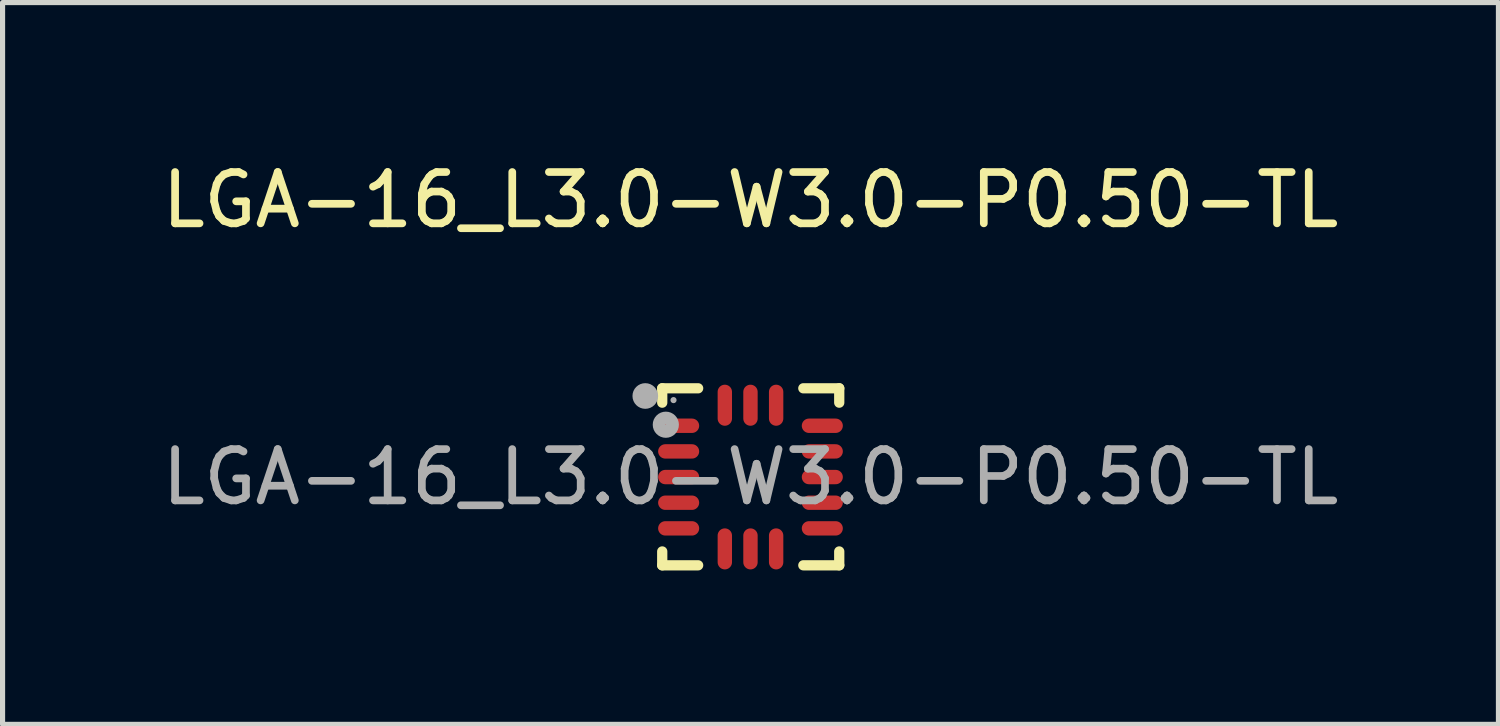
<source format=kicad_pcb>
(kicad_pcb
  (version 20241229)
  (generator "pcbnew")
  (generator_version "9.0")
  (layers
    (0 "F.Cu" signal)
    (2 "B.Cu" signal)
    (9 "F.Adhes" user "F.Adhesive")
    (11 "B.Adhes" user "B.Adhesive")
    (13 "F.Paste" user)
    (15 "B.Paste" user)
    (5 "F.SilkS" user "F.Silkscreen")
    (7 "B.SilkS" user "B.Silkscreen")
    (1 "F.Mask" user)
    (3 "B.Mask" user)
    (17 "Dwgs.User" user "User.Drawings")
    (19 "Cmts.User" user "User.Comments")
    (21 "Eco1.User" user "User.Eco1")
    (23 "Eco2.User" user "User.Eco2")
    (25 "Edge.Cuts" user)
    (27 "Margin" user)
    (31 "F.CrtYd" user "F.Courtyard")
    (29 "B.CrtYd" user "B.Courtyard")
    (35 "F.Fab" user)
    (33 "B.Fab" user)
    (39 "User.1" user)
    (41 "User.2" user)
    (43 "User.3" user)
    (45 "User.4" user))
  (footprint "LGA-16_L3.0-W3.0-P0.50-TL"
    (layer "F.Cu")
    (at 11.577 6.248)
    (property "Reference" "LGA-16_L3.0-W3.0-P0.50-TL" (at 0 -5.4 0) (layer "F.SilkS") (effects (font (size 1 1) (thickness 0.15))))
    (attr smd)
    (fp_line (start -1.72 -1.73) (end -1.02 -1.73) (stroke (width 0.2) (type solid)) (layer "F.SilkS"))
    (fp_line (start -1.72 -1.45) (end -1.72 -1.73) (stroke (width 0.2) (type solid)) (layer "F.SilkS"))
    (fp_line (start -1.72 1.45) (end -1.72 1.72) (stroke (width 0.2) (type solid)) (layer "F.SilkS"))
    (fp_line (start -1.72 1.72) (end -1.02 1.72) (stroke (width 0.2) (type solid)) (layer "F.SilkS"))
    (fp_line (start 1.03 -1.73) (end 1.73 -1.73) (stroke (width 0.2) (type solid)) (layer "F.SilkS"))
    (fp_line (start 1.03 1.72) (end 1.73 1.72) (stroke (width 0.2) (type solid)) (layer "F.SilkS"))
    (fp_line (start 1.73 -1.73) (end 1.73 -1.45) (stroke (width 0.2) (type solid)) (layer "F.SilkS"))
    (fp_line (start 1.73 1.72) (end 1.73 1.45) (stroke (width 0.2) (type solid)) (layer "F.SilkS"))
    (fp_arc (start -2.05 -1.58) (mid -2.05 -1.58) (end -2.05 -1.58) (stroke (width 0.25) (type solid)) (layer "F.Fab"))
    (fp_circle (center -1.65 -1.02) (end -1.52 -1.02) (stroke (width 0.25) (type solid)) (fill no) (layer "F.Fab"))
    (fp_circle (center -1.5 -1.5) (end -1.47 -1.5) (stroke (width 0.06) (type solid)) (fill no) (layer "F.Fab"))
    (fp_text user "${REFERENCE}" (at 0 0 0) (layer "F.Fab") (effects (font (size 1 1) (thickness 0.15))))
    (pad "1" smd oval (at -1.4 -1) (size 0.8 0.28) (layers "F.Cu" "F.Mask" "F.Paste"))
    (pad "2" smd oval (at -1.4 -0.5) (size 0.8 0.28) (layers "F.Cu" "F.Mask" "F.Paste"))
    (pad "3" smd oval (at -1.4 0) (size 0.8 0.28) (layers "F.Cu" "F.Mask" "F.Paste"))
    (pad "4" smd oval (at -1.4 0.5) (size 0.8 0.28) (layers "F.Cu" "F.Mask" "F.Paste"))
    (pad "5" smd oval (at -1.4 1) (size 0.8 0.28) (layers "F.Cu" "F.Mask" "F.Paste"))
    (pad "6" smd oval (at -0.5 1.4) (size 0.28 0.8) (layers "F.Cu" "F.Mask" "F.Paste"))
    (pad "7" smd oval (at 0 1.4) (size 0.28 0.8) (layers "F.Cu" "F.Mask" "F.Paste"))
    (pad "8" smd oval (at 0.5 1.4) (size 0.28 0.8) (layers "F.Cu" "F.Mask" "F.Paste"))
    (pad "9" smd oval (at 1.4 1) (size 0.8 0.28) (layers "F.Cu" "F.Mask" "F.Paste"))
    (pad "10" smd oval (at 1.4 0.5) (size 0.8 0.28) (layers "F.Cu" "F.Mask" "F.Paste"))
    (pad "11" smd oval (at 1.4 0) (size 0.8 0.28) (layers "F.Cu" "F.Mask" "F.Paste"))
    (pad "12" smd oval (at 1.4 -0.5) (size 0.8 0.28) (layers "F.Cu" "F.Mask" "F.Paste"))
    (pad "13" smd oval (at 1.4 -1) (size 0.8 0.28) (layers "F.Cu" "F.Mask" "F.Paste"))
    (pad "14" smd oval (at 0.5 -1.4) (size 0.28 0.8) (layers "F.Cu" "F.Mask" "F.Paste"))
    (pad "15" smd oval (at 0 -1.4) (size 0.28 0.8) (layers "F.Cu" "F.Mask" "F.Paste"))
    (pad "16" smd oval (at -0.5 -1.4) (size 0.28 0.8) (layers "F.Cu" "F.Mask" "F.Paste")))
  (gr_rect
    (start -3 -3)
    (end 26.155 11.068)
    (stroke (width 0.1) (type default))
    (fill no)
    (layer "Edge.Cuts")))
</source>
